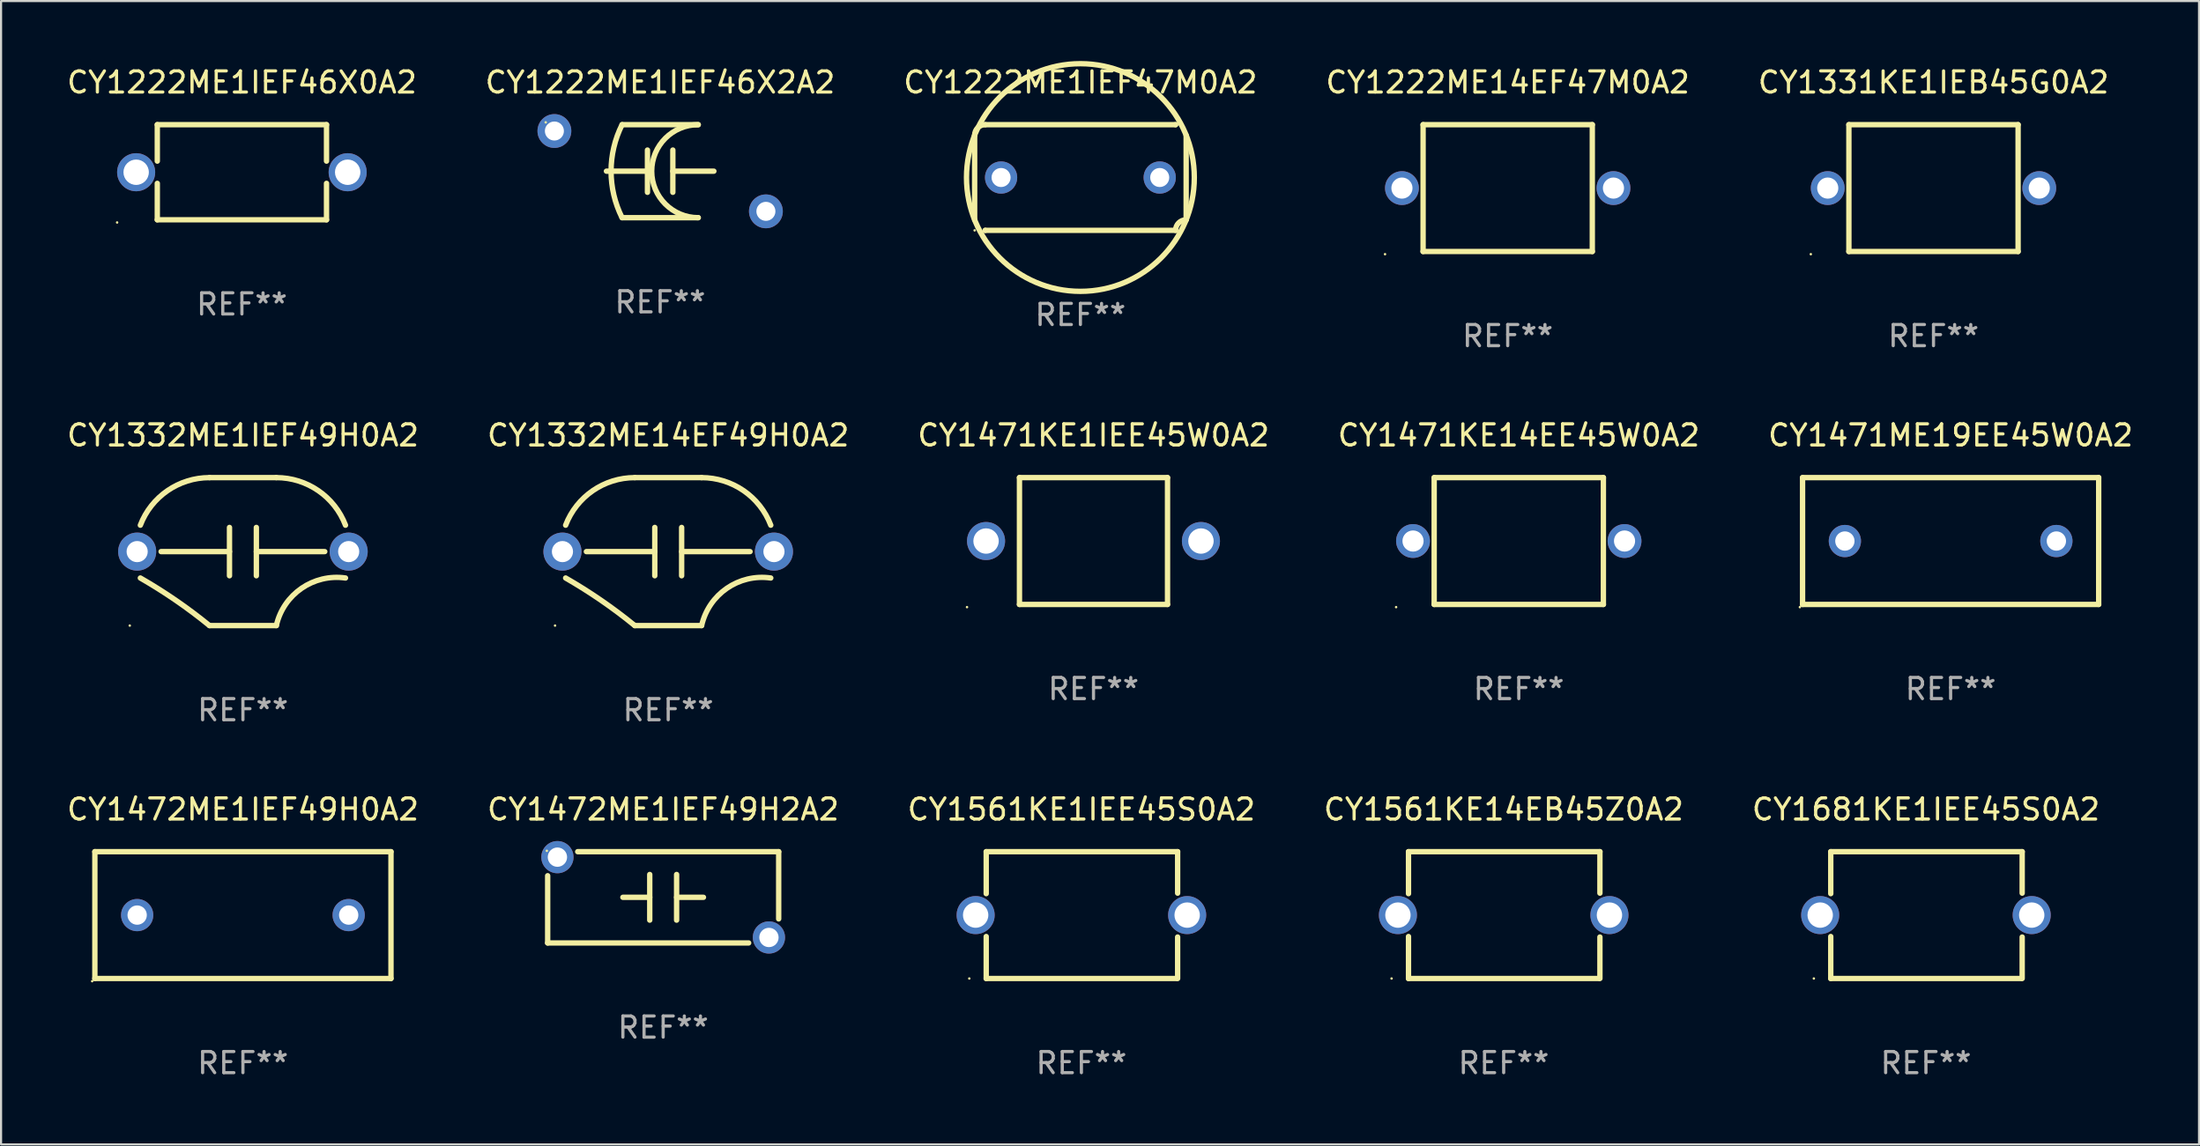
<source format=kicad_pcb>
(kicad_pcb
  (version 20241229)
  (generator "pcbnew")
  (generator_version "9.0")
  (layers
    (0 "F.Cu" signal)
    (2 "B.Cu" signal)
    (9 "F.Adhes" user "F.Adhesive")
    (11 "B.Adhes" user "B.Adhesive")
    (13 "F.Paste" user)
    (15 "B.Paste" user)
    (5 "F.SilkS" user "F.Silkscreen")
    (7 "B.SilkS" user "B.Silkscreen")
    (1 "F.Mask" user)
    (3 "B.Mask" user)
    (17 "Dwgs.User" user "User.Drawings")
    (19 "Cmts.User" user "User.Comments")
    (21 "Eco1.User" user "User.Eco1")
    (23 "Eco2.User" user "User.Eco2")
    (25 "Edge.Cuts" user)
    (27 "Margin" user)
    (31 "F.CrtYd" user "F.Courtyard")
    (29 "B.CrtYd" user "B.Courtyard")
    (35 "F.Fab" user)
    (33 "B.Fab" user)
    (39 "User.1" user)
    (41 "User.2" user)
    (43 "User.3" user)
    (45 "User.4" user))
  (footprint "CY1472ME1IEF49H2A2"
    (layer "F.Cu")
    (at 28.304 39.4)
    (property "Reference" "CY1472ME1IEF49H2A2" (at 0 -4.159 0) (layer "F.SilkS") (effects (font (size 1 1) (thickness 0.15))))
    (attr through_hole)
    (fp_line (start -5.461 2.159) (end -5.461 -1.021) (stroke (width 0.254) (type solid)) (layer "F.SilkS"))
    (fp_line (start -4.041 -2.159) (end 5.461 -2.159) (stroke (width 0.254) (type solid)) (layer "F.SilkS"))
    (fp_line (start -0.635 0) (end -1.905 0) (stroke (width 0.254) (type solid)) (layer "F.SilkS"))
    (fp_line (start -0.635 1.08) (end -0.635 -1.08) (stroke (width 0.254) (type solid)) (layer "F.SilkS"))
    (fp_line (start 0.635 -1.08) (end 0.635 1.08) (stroke (width 0.254) (type solid)) (layer "F.SilkS"))
    (fp_line (start 0.635 0) (end 1.905 0) (stroke (width 0.254) (type solid)) (layer "F.SilkS"))
    (fp_line (start 4.041 2.159) (end -5.461 2.159) (stroke (width 0.254) (type solid)) (layer "F.SilkS"))
    (fp_line (start 5.461 -2.159) (end 5.461 1.021) (stroke (width 0.254) (type solid)) (layer "F.SilkS"))
    (fp_circle (center -5.5 -2.2) (end -5.47 -2.2) (stroke (width 0.06) (type solid)) (fill no) (layer "F.SilkS"))
    (fp_text user "REF**" (at 0 6.159 0) (layer "F.Fab") (effects (font (size 1 1) (thickness 0.15))))
    (pad "1" thru_hole circle (at -5 -1.9) (size 1.524 1.524) (drill 0.914) (layers "*.Cu" "*.Mask"))
    (pad "2" thru_hole circle (at 5 1.9) (size 1.524 1.524) (drill 0.914) (layers "*.Cu" "*.Mask")))
  (footprint "CY1561KE14EB45Z0A2"
    (layer "F.Cu")
    (at 68.042 40.241)
    (property "Reference" "CY1561KE14EB45Z0A2" (at 0 -5 0) (layer "F.SilkS") (effects (font (size 1 1) (thickness 0.15))))
    (attr through_hole)
    (fp_line (start -4.5 -3) (end -4.5 -1.014) (stroke (width 0.254) (type solid)) (layer "F.SilkS"))
    (fp_line (start -4.5 -3) (end 4.55 -3) (stroke (width 0.254) (type solid)) (layer "F.SilkS"))
    (fp_line (start -4.5 1.014) (end -4.5 3) (stroke (width 0.254) (type solid)) (layer "F.SilkS"))
    (fp_line (start -4.5 3) (end 4.5 3) (stroke (width 0.254) (type solid)) (layer "F.SilkS"))
    (fp_line (start 4.55 -3) (end 4.55 -1.038) (stroke (width 0.254) (type solid)) (layer "F.SilkS"))
    (fp_line (start 4.55 1.038) (end 4.55 3) (stroke (width 0.254) (type solid)) (layer "F.SilkS"))
    (fp_circle (center -5.3 3) (end -5.27 3) (stroke (width 0.06) (type solid)) (fill no) (layer "F.SilkS"))
    (fp_text user "REF**" (at 0 7 0) (layer "F.Fab") (effects (font (size 1 1) (thickness 0.15))))
    (pad "1" thru_hole circle (at -5 0) (size 1.8 1.8) (drill 1.2) (layers "*.Cu" "*.Mask"))
    (pad "2" thru_hole circle (at 5 0) (size 1.8 1.8) (drill 1.2) (layers "*.Cu" "*.Mask")))
  (footprint "CY1222ME14EF47M0A2"
    (layer "F.Cu")
    (at 68.232 5.848)
    (property "Reference" "CY1222ME14EF47M0A2" (at 0 -5 0) (layer "F.SilkS") (effects (font (size 1 1) (thickness 0.15))))
    (attr through_hole)
    (fp_line (start -4 -3) (end -4 3) (stroke (width 0.254) (type solid)) (layer "F.SilkS"))
    (fp_line (start -4 -3) (end 4 -3) (stroke (width 0.254) (type solid)) (layer "F.SilkS"))
    (fp_line (start -4 3) (end 4 3) (stroke (width 0.254) (type solid)) (layer "F.SilkS"))
    (fp_line (start 4 -3) (end 4 3) (stroke (width 0.254) (type solid)) (layer "F.SilkS"))
    (fp_circle (center -5.8 3.127) (end -5.77 3.127) (stroke (width 0.06) (type solid)) (fill no) (layer "F.SilkS"))
    (fp_text user "REF**" (at 0 7 0) (layer "F.Fab") (effects (font (size 1 1) (thickness 0.15))))
    (pad "1" thru_hole circle (at -5 0) (size 1.6 1.6) (drill 1) (layers "*.Cu" "*.Mask"))
    (pad "2" thru_hole circle (at 5 0) (size 1.6 1.6) (drill 1) (layers "*.Cu" "*.Mask")))
  (footprint "CY1471KE1IEE45W0A2"
    (layer "F.Cu")
    (at 48.649 22.545)
    (property "Reference" "CY1471KE1IEE45W0A2" (at 0 -5 0) (layer "F.SilkS") (effects (font (size 1 1) (thickness 0.15))))
    (attr through_hole)
    (fp_line (start -3.5 -3) (end 3.5 -3) (stroke (width 0.254) (type solid)) (layer "F.SilkS"))
    (fp_line (start -3.5 3) (end -3.5 -3) (stroke (width 0.254) (type solid)) (layer "F.SilkS"))
    (fp_line (start 3.5 -3) (end 3.5 3) (stroke (width 0.254) (type solid)) (layer "F.SilkS"))
    (fp_line (start 3.5 3) (end -3.5 3) (stroke (width 0.254) (type solid)) (layer "F.SilkS"))
    (fp_circle (center -5.98 3.127) (end -5.95 3.127) (stroke (width 0.06) (type solid)) (fill no) (layer "F.SilkS"))
    (fp_text user "REF**" (at 0 7 0) (layer "F.Fab") (effects (font (size 1 1) (thickness 0.15))))
    (pad "1" thru_hole circle (at -5.08 0) (size 1.8 1.8) (drill 1.2) (layers "*.Cu" "*.Mask"))
    (pad "2" thru_hole circle (at 5.08 0) (size 1.8 1.8) (drill 1.2) (layers "*.Cu" "*.Mask")))
  (footprint "CY1561KE1IEE45S0A2"
    (layer "F.Cu")
    (at 48.077 40.241)
    (property "Reference" "CY1561KE1IEE45S0A2" (at 0 -5 0) (layer "F.SilkS") (effects (font (size 1 1) (thickness 0.15))))
    (attr through_hole)
    (fp_line (start -4.5 -3) (end -4.5 -1.014) (stroke (width 0.254) (type solid)) (layer "F.SilkS"))
    (fp_line (start -4.5 -3) (end 4.55 -3) (stroke (width 0.254) (type solid)) (layer "F.SilkS"))
    (fp_line (start -4.5 1.014) (end -4.5 3) (stroke (width 0.254) (type solid)) (layer "F.SilkS"))
    (fp_line (start -4.5 3) (end 4.5 3) (stroke (width 0.254) (type solid)) (layer "F.SilkS"))
    (fp_line (start 4.55 -3) (end 4.55 -1.038) (stroke (width 0.254) (type solid)) (layer "F.SilkS"))
    (fp_line (start 4.55 1.038) (end 4.55 3) (stroke (width 0.254) (type solid)) (layer "F.SilkS"))
    (fp_circle (center -5.3 3) (end -5.27 3) (stroke (width 0.06) (type solid)) (fill no) (layer "F.SilkS"))
    (fp_text user "REF**" (at 0 7 0) (layer "F.Fab") (effects (font (size 1 1) (thickness 0.15))))
    (pad "1" thru_hole circle (at -5 0) (size 1.8 1.8) (drill 1.2) (layers "*.Cu" "*.Mask"))
    (pad "2" thru_hole circle (at 5 0) (size 1.8 1.8) (drill 1.2) (layers "*.Cu" "*.Mask")))
  (footprint "CY1222ME1IEF47M0A2"
    (layer "F.Cu")
    (at 48.03 5.348)
    (property "Reference" "CY1222ME1IEF47M0A2" (at 0 -4.5 0) (layer "F.SilkS") (effects (font (size 1 1) (thickness 0.15))))
    (attr through_hole)
    (fp_line (start -5 2) (end -5 -2) (stroke (width 0.254) (type solid)) (layer "F.SilkS"))
    (fp_line (start -4.5 -2.5) (end 4.5 -2.5) (stroke (width 0.254) (type solid)) (layer "F.SilkS"))
    (fp_line (start -4.5 2.5) (end -4.5 2.5) (stroke (width 0.254) (type solid)) (layer "F.SilkS"))
    (fp_line (start 4.5 -2.5) (end 4.5 -2.5) (stroke (width 0.254) (type solid)) (layer "F.SilkS"))
    (fp_line (start 4.5 2.5) (end -4.5 2.5) (stroke (width 0.254) (type solid)) (layer "F.SilkS"))
    (fp_line (start 5 -2) (end 5 2) (stroke (width 0.254) (type solid)) (layer "F.SilkS"))
    (fp_arc (start -5.000052 -2.000038) (mid -4.8536 -2.353579) (end -4.500051 -2.500013) (stroke (width 0.254001) (type solid)) (layer "F.SilkS"))
    (fp_arc (start -5 2.000013) (mid 4.999978 -1.999991) (end -5 2.000013) (stroke (width 0.254001) (type solid)) (layer "F.SilkS"))
    (fp_arc (start 4.500051 2.499987) (mid 4.646507 2.14645) (end 5.000052 2.000013) (stroke (width 0.254001) (type solid)) (layer "F.SilkS"))
    (fp_circle (center -5 2.5) (end -4.97 2.5) (stroke (width 0.06) (type solid)) (fill no) (layer "F.SilkS"))
    (fp_text user "REF**" (at 0 6.5 0) (layer "F.Fab") (effects (font (size 1 1) (thickness 0.15))))
    (pad "1" thru_hole circle (at -3.75 -0.000013) (size 1.524 1.524) (drill 0.9) (layers "*.Cu" "*.Mask"))
    (pad "2" thru_hole circle (at 3.75 -0.000013) (size 1.524 1.524) (drill 0.9) (layers "*.Cu" "*.Mask")))
  (footprint "CY1331KE1IEB45G0A2"
    (layer "F.Cu")
    (at 88.363 5.848)
    (property "Reference" "CY1331KE1IEB45G0A2" (at 0 -5 0) (layer "F.SilkS") (effects (font (size 1 1) (thickness 0.15))))
    (attr through_hole)
    (fp_line (start -4 -3) (end -4 3) (stroke (width 0.254) (type solid)) (layer "F.SilkS"))
    (fp_line (start -4 -3) (end 4 -3) (stroke (width 0.254) (type solid)) (layer "F.SilkS"))
    (fp_line (start -4 3) (end 4 3) (stroke (width 0.254) (type solid)) (layer "F.SilkS"))
    (fp_line (start 4 -3) (end 4 3) (stroke (width 0.254) (type solid)) (layer "F.SilkS"))
    (fp_circle (center -5.8 3.127) (end -5.77 3.127) (stroke (width 0.06) (type solid)) (fill no) (layer "F.SilkS"))
    (fp_text user "REF**" (at 0 7 0) (layer "F.Fab") (effects (font (size 1 1) (thickness 0.15))))
    (pad "1" thru_hole circle (at -5 0) (size 1.6 1.6) (drill 1) (layers "*.Cu" "*.Mask"))
    (pad "2" thru_hole circle (at 5 0) (size 1.6 1.6) (drill 1) (layers "*.Cu" "*.Mask")))
  (footprint "CY1332ME1IEF49H0A2"
    (layer "F.Cu")
    (at 8.435 23.045)
    (property "Reference" "CY1332ME1IEF49H0A2" (at 0 -5.5 0) (layer "F.SilkS") (effects (font (size 1 1) (thickness 0.15))))
    (attr through_hole)
    (fp_line (start -3.869 0.000013) (end -0.635 0.000013) (stroke (width 0.254) (type solid)) (layer "F.SilkS"))
    (fp_line (start -1.58 -3.5) (end 1.58 -3.5) (stroke (width 0.254) (type solid)) (layer "F.SilkS"))
    (fp_line (start -1.58 3.5) (end 1.58 3.5) (stroke (width 0.254) (type solid)) (layer "F.SilkS"))
    (fp_line (start -0.635 -1.143) (end -0.635 1.143) (stroke (width 0.254) (type solid)) (layer "F.SilkS"))
    (fp_line (start 0.635 -1.143) (end 0.635 1.143) (stroke (width 0.254) (type solid)) (layer "F.SilkS"))
    (fp_line (start 3.869 0.000013) (end 0.635 0.000013) (stroke (width 0.254) (type solid)) (layer "F.SilkS"))
    (fp_arc (start -4.849479 -1.249009) (mid -3.564683 -2.882846) (end -1.579934 -3.500012) (stroke (width 0.254001) (type solid)) (layer "F.SilkS"))
    (fp_arc (start -4.849479 1.249009) (mid -3.169002 2.308126) (end -1.579934 3.500012) (stroke (width 0.254001) (type solid)) (layer "F.SilkS"))
    (fp_arc (start 1.579934 -3.499988) (mid 3.564678 -2.882813) (end 4.849479 -1.248984) (stroke (width 0.254001) (type solid)) (layer "F.SilkS"))
    (fp_arc (start 1.579934 3.500038) (mid 2.7747 1.735435) (end 4.849479 1.249035) (stroke (width 0.254001) (type solid)) (layer "F.SilkS"))
    (fp_circle (center -5.35 3.5) (end -5.32 3.5) (stroke (width 0.06) (type solid)) (fill no) (layer "F.SilkS"))
    (fp_text user "REF**" (at 0 7.5 0) (layer "F.Fab") (effects (font (size 1 1) (thickness 0.15))))
    (pad "1" thru_hole circle (at -5 0.000013) (size 1.8 1.8) (drill 1) (layers "*.Cu" "*.Mask"))
    (pad "2" thru_hole circle (at 5 0.000013) (size 1.8 1.8) (drill 1) (layers "*.Cu" "*.Mask")))
  (footprint "CY1681KE1IEE45S0A2"
    (layer "F.Cu")
    (at 88.006 40.241)
    (property "Reference" "CY1681KE1IEE45S0A2" (at 0 -5 0) (layer "F.SilkS") (effects (font (size 1 1) (thickness 0.15))))
    (attr through_hole)
    (fp_line (start -4.5 -3) (end -4.5 -1.014) (stroke (width 0.254) (type solid)) (layer "F.SilkS"))
    (fp_line (start -4.5 -3) (end 4.55 -3) (stroke (width 0.254) (type solid)) (layer "F.SilkS"))
    (fp_line (start -4.5 1.014) (end -4.5 3) (stroke (width 0.254) (type solid)) (layer "F.SilkS"))
    (fp_line (start -4.5 3) (end 4.5 3) (stroke (width 0.254) (type solid)) (layer "F.SilkS"))
    (fp_line (start 4.55 -3) (end 4.55 -1.038) (stroke (width 0.254) (type solid)) (layer "F.SilkS"))
    (fp_line (start 4.55 1.038) (end 4.55 3) (stroke (width 0.254) (type solid)) (layer "F.SilkS"))
    (fp_circle (center -5.3 3) (end -5.27 3) (stroke (width 0.06) (type solid)) (fill no) (layer "F.SilkS"))
    (fp_text user "REF**" (at 0 7 0) (layer "F.Fab") (effects (font (size 1 1) (thickness 0.15))))
    (pad "1" thru_hole circle (at -5 0) (size 1.8 1.8) (drill 1.2) (layers "*.Cu" "*.Mask"))
    (pad "2" thru_hole circle (at 5 0) (size 1.8 1.8) (drill 1.2) (layers "*.Cu" "*.Mask")))
  (footprint "CY1332ME14EF49H0A2"
    (layer "F.Cu")
    (at 28.542 23.045)
    (property "Reference" "CY1332ME14EF49H0A2" (at 0 -5.5 0) (layer "F.SilkS") (effects (font (size 1 1) (thickness 0.15))))
    (attr through_hole)
    (fp_line (start -3.869 0.000013) (end -0.635 0.000013) (stroke (width 0.254) (type solid)) (layer "F.SilkS"))
    (fp_line (start -1.58 -3.5) (end 1.58 -3.5) (stroke (width 0.254) (type solid)) (layer "F.SilkS"))
    (fp_line (start -1.58 3.5) (end 1.58 3.5) (stroke (width 0.254) (type solid)) (layer "F.SilkS"))
    (fp_line (start -0.635 -1.143) (end -0.635 1.143) (stroke (width 0.254) (type solid)) (layer "F.SilkS"))
    (fp_line (start 0.635 -1.143) (end 0.635 1.143) (stroke (width 0.254) (type solid)) (layer "F.SilkS"))
    (fp_line (start 3.869 0.000013) (end 0.635 0.000013) (stroke (width 0.254) (type solid)) (layer "F.SilkS"))
    (fp_arc (start -4.849479 -1.249009) (mid -3.564683 -2.882846) (end -1.579934 -3.500012) (stroke (width 0.254001) (type solid)) (layer "F.SilkS"))
    (fp_arc (start -4.849479 1.249009) (mid -3.169002 2.308126) (end -1.579934 3.500012) (stroke (width 0.254001) (type solid)) (layer "F.SilkS"))
    (fp_arc (start 1.579934 -3.499988) (mid 3.564678 -2.882813) (end 4.849479 -1.248984) (stroke (width 0.254001) (type solid)) (layer "F.SilkS"))
    (fp_arc (start 1.579934 3.500038) (mid 2.7747 1.735435) (end 4.849479 1.249035) (stroke (width 0.254001) (type solid)) (layer "F.SilkS"))
    (fp_circle (center -5.35 3.5) (end -5.32 3.5) (stroke (width 0.06) (type solid)) (fill no) (layer "F.SilkS"))
    (fp_text user "REF**" (at 0 7.5 0) (layer "F.Fab") (effects (font (size 1 1) (thickness 0.15))))
    (pad "1" thru_hole circle (at -5 0.000013) (size 1.8 1.8) (drill 1) (layers "*.Cu" "*.Mask"))
    (pad "2" thru_hole circle (at 5 0.000013) (size 1.8 1.8) (drill 1) (layers "*.Cu" "*.Mask")))
  (footprint "CY1222ME1IEF46X0A2"
    (layer "F.Cu")
    (at 8.387 5.098)
    (property "Reference" "CY1222ME1IEF46X0A2" (at 0 -4.25 0) (layer "F.SilkS") (effects (font (size 1 1) (thickness 0.15))))
    (attr through_hole)
    (fp_line (start -4 -2.25) (end -4 -0.526) (stroke (width 0.254) (type solid)) (layer "F.SilkS"))
    (fp_line (start -4 -2.25) (end 4 -2.25) (stroke (width 0.254) (type solid)) (layer "F.SilkS"))
    (fp_line (start -4 0.526) (end -4 2.25) (stroke (width 0.254) (type solid)) (layer "F.SilkS"))
    (fp_line (start 4 -2.25) (end 4 -0.526) (stroke (width 0.254) (type solid)) (layer "F.SilkS"))
    (fp_line (start 4 0.526) (end 4 2.25) (stroke (width 0.254) (type solid)) (layer "F.SilkS"))
    (fp_line (start 4 2.25) (end -4 2.25) (stroke (width 0.254) (type solid)) (layer "F.SilkS"))
    (fp_circle (center -5.9 2.377) (end -5.87 2.377) (stroke (width 0.06) (type solid)) (fill no) (layer "F.SilkS"))
    (fp_text user "REF**" (at 0 6.25 0) (layer "F.Fab") (effects (font (size 1 1) (thickness 0.15))))
    (pad "1" thru_hole circle (at -5 0) (size 1.8 1.8) (drill 1.2) (layers "*.Cu" "*.Mask"))
    (pad "2" thru_hole circle (at 5 0) (size 1.8 1.8) (drill 1.2) (layers "*.Cu" "*.Mask")))
  (footprint "CY1222ME1IEF46X2A2"
    (layer "F.Cu")
    (at 28.161 5.048)
    (property "Reference" "CY1222ME1IEF46X2A2" (at 0 -4.2 0) (layer "F.SilkS") (effects (font (size 1 1) (thickness 0.15))))
    (attr through_hole)
    (fp_line (start -1.8 -2.2) (end 1.8 -2.2) (stroke (width 0.254) (type solid)) (layer "F.SilkS"))
    (fp_line (start -0.6 -0.000102) (end -2.54 -0.000102) (stroke (width 0.254) (type solid)) (layer "F.SilkS"))
    (fp_line (start -0.6 -1) (end -0.6 1) (stroke (width 0.254) (type solid)) (layer "F.SilkS"))
    (fp_line (start 0.6 0.000051) (end 2.54 0.000051) (stroke (width 0.254) (type solid)) (layer "F.SilkS"))
    (fp_line (start 0.6 1) (end 0.6 -1) (stroke (width 0.254) (type solid)) (layer "F.SilkS"))
    (fp_line (start 1.8 2.2) (end -1.8 2.2) (stroke (width 0.254) (type solid)) (layer "F.SilkS"))
    (fp_arc (start -1.800864 2.199644) (mid -2.319876 -0.00028) (end -1.8 -2.2) (stroke (width 0.254001) (type solid)) (layer "F.SilkS"))
    (fp_arc (start 1.8 2.2) (mid -0.398958 -0.000255) (end 1.800865 -2.199644) (stroke (width 0.254001) (type solid)) (layer "F.SilkS"))
    (fp_circle (center -5.41 -2.31) (end -5.38 -2.31) (stroke (width 0.06) (type solid)) (fill no) (layer "F.SilkS"))
    (fp_text user "REF**" (at 0 6.2 0) (layer "F.Fab") (effects (font (size 1 1) (thickness 0.15))))
    (pad "1" thru_hole circle (at -5 -1.9) (size 1.6 1.6) (drill 0.9) (layers "*.Cu" "*.Mask"))
    (pad "2" thru_hole circle (at 5 1.9) (size 1.6 1.6) (drill 0.9) (layers "*.Cu" "*.Mask")))
  (footprint "CY1471ME19EE45W0A2"
    (layer "F.Cu")
    (at 89.173 22.545)
    (property "Reference" "CY1471ME19EE45W0A2" (at 0 -5 0) (layer "F.SilkS") (effects (font (size 1 1) (thickness 0.15))))
    (attr through_hole)
    (fp_line (start -7 -3) (end 7 -3) (stroke (width 0.254) (type solid)) (layer "F.SilkS"))
    (fp_line (start -7 3) (end -7 -3) (stroke (width 0.254) (type solid)) (layer "F.SilkS"))
    (fp_line (start 7 -3) (end 7 3) (stroke (width 0.254) (type solid)) (layer "F.SilkS"))
    (fp_line (start 7 3) (end -7 3) (stroke (width 0.254) (type solid)) (layer "F.SilkS"))
    (fp_circle (center -7.127 3.127) (end -7.097 3.127) (stroke (width 0.06) (type solid)) (fill no) (layer "F.SilkS"))
    (fp_text user "REF**" (at 0 7 0) (layer "F.Fab") (effects (font (size 1 1) (thickness 0.15))))
    (pad "1" thru_hole circle (at -5 0) (size 1.524 1.524) (drill 0.914) (layers "*.Cu" "*.Mask"))
    (pad "2" thru_hole circle (at 5 0) (size 1.524 1.524) (drill 0.914) (layers "*.Cu" "*.Mask")))
  (footprint "CY1472ME1IEF49H0A2"
    (layer "F.Cu")
    (at 8.435 40.241)
    (property "Reference" "CY1472ME1IEF49H0A2" (at 0 -5 0) (layer "F.SilkS") (effects (font (size 1 1) (thickness 0.15))))
    (attr through_hole)
    (fp_line (start -7 -3) (end 7 -3) (stroke (width 0.254) (type solid)) (layer "F.SilkS"))
    (fp_line (start -7 3) (end -7 -3) (stroke (width 0.254) (type solid)) (layer "F.SilkS"))
    (fp_line (start 7 -3) (end 7 3) (stroke (width 0.254) (type solid)) (layer "F.SilkS"))
    (fp_line (start 7 3) (end -7 3) (stroke (width 0.254) (type solid)) (layer "F.SilkS"))
    (fp_circle (center -7.127 3.127) (end -7.097 3.127) (stroke (width 0.06) (type solid)) (fill no) (layer "F.SilkS"))
    (fp_text user "REF**" (at 0 7 0) (layer "F.Fab") (effects (font (size 1 1) (thickness 0.15))))
    (pad "1" thru_hole circle (at -5 0) (size 1.524 1.524) (drill 0.914) (layers "*.Cu" "*.Mask"))
    (pad "2" thru_hole circle (at 5 0) (size 1.524 1.524) (drill 0.914) (layers "*.Cu" "*.Mask")))
  (footprint "CY1471KE14EE45W0A2"
    (layer "F.Cu")
    (at 68.756 22.545)
    (property "Reference" "CY1471KE14EE45W0A2" (at 0 -5 0) (layer "F.SilkS") (effects (font (size 1 1) (thickness 0.15))))
    (attr through_hole)
    (fp_line (start -4 -3) (end -4 3) (stroke (width 0.254) (type solid)) (layer "F.SilkS"))
    (fp_line (start -4 -3) (end 4 -3) (stroke (width 0.254) (type solid)) (layer "F.SilkS"))
    (fp_line (start -4 3) (end 4 3) (stroke (width 0.254) (type solid)) (layer "F.SilkS"))
    (fp_line (start 4 -3) (end 4 3) (stroke (width 0.254) (type solid)) (layer "F.SilkS"))
    (fp_circle (center -5.8 3.127) (end -5.77 3.127) (stroke (width 0.06) (type solid)) (fill no) (layer "F.SilkS"))
    (fp_text user "REF**" (at 0 7 0) (layer "F.Fab") (effects (font (size 1 1) (thickness 0.15))))
    (pad "1" thru_hole circle (at -5 0) (size 1.6 1.6) (drill 1) (layers "*.Cu" "*.Mask"))
    (pad "2" thru_hole circle (at 5 0) (size 1.6 1.6) (drill 1) (layers "*.Cu" "*.Mask")))
  (gr_rect
    (start -3 -3)
    (end 100.917 51.09)
    (stroke (width 0.1) (type default))
    (fill no)
    (layer "Edge.Cuts")))
</source>
